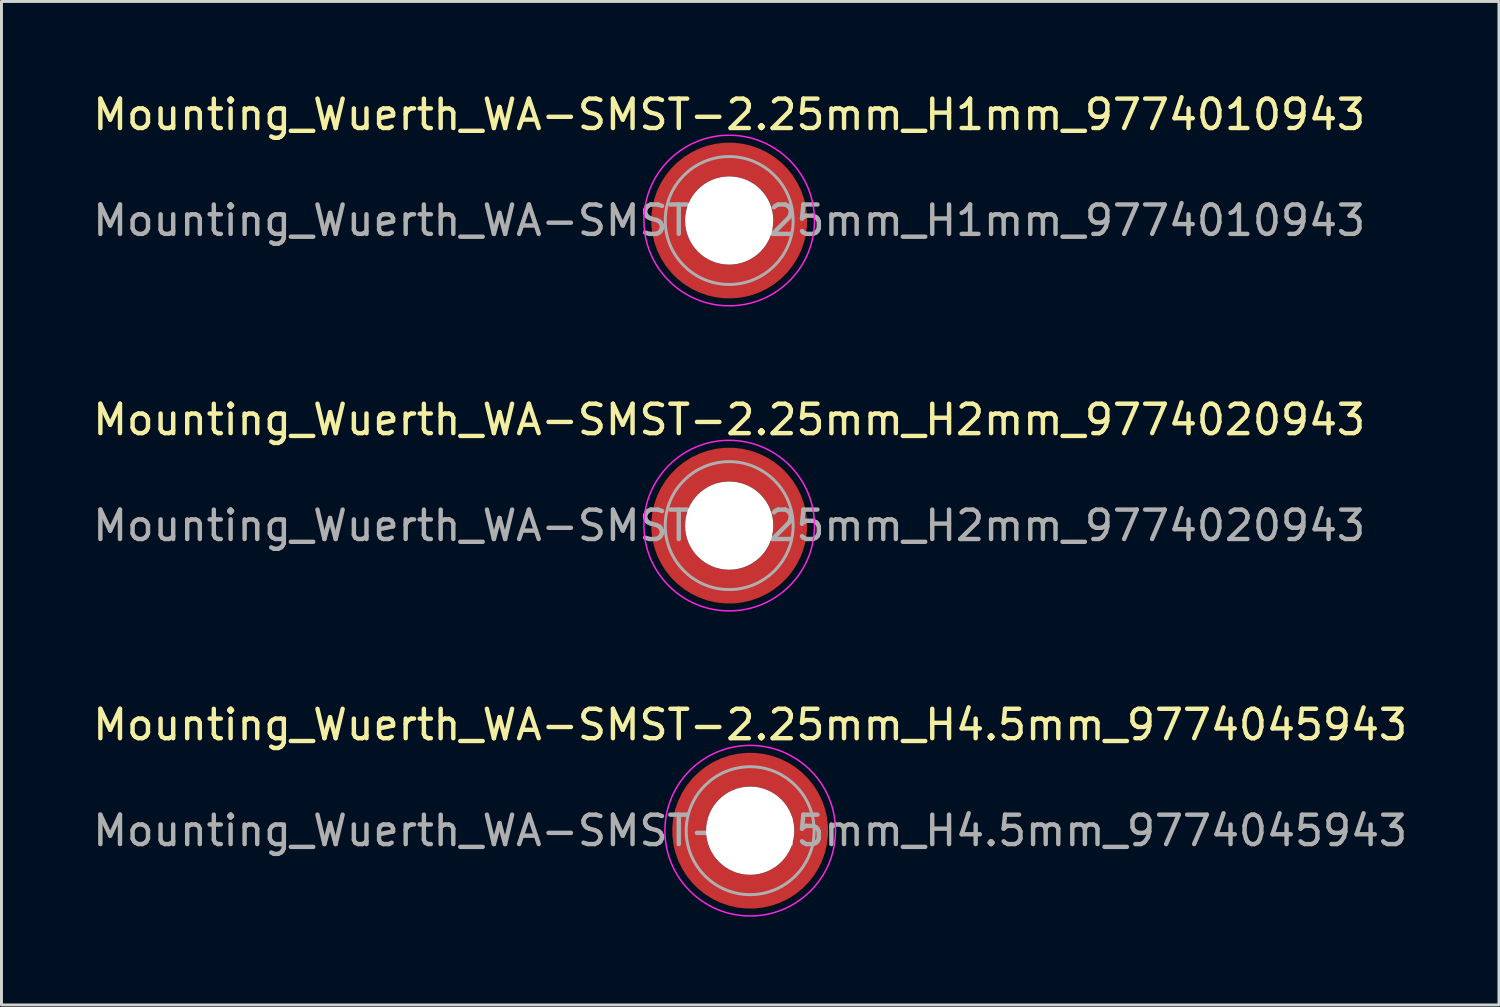
<source format=kicad_pcb>
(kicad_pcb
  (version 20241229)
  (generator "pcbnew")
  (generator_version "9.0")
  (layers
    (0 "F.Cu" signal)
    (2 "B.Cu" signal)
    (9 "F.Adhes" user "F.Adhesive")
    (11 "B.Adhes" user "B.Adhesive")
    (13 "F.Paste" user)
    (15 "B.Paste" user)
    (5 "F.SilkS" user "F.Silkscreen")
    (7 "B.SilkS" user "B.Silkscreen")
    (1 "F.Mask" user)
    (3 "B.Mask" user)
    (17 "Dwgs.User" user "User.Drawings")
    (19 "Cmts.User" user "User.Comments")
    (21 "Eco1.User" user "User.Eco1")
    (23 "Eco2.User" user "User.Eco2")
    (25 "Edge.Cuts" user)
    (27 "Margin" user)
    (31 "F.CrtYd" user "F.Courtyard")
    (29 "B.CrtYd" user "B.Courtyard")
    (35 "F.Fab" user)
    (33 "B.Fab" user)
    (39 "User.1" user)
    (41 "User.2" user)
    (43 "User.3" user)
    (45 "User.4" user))
  (footprint "Mounting_Wuerth_WA-SMST-2.25mm_H2mm_9774020943"
    (layer "F.Cu")
    (at 21.744 14.822)
    (property "Reference" "Mounting_Wuerth_WA-SMST-2.25mm_H2mm_9774020943" (at 0 -3.6 0) (layer "F.SilkS") (effects (font (size 1 1) (thickness 0.15))))
    (property "Mouser Part no." "" (at 0 0 0) (layer "F.Fab") (effects (font (size 1.27 1.27) (thickness 0.15))))
    (property "Mouser link" "" (at 0 0 0) (layer "F.Fab") (effects (font (size 1.27 1.27) (thickness 0.15))))
    (attr smd)
    (fp_circle (center 0 0) (end 2.9 0) (stroke (width 0.05) (type solid)) (fill no) (layer "F.CrtYd"))
    (fp_circle (center 0 0) (end 2.175 0) (stroke (width 0.1) (type solid)) (fill no) (layer "F.Fab"))
    (fp_text user "${REFERENCE}" (at 0 0 0) (layer "F.Fab") (effects (font (size 1 1) (thickness 0.15))))
    (pad "" smd custom (at -1.453 -1.453) (size 0.61 0.61) (layers "F.Paste") (options (anchor circle)) (primitives (gr_arc (start -0.147677 1.053104) (mid 0.285964 0.286792) (end 1.051968 -0.147393) (width 0.2)) (gr_arc (start -0.240295 1.053104) (mid 0.22253 0.222946) (end 1.052531 -0.24016) (width 0.2)) (gr_arc (start -0.332645 1.053104) (mid 0.158548 0.15965) (end 1.051583 -0.332304) (width 0.2)) (gr_arc (start -0.424767 1.053104) (mid 0.09486 0.096059) (end 1.051446 -0.424413) (width 0.2)) (gr_arc (start -0.516693 1.053104) (mid 0.031293 0.032346) (end 1.051645 -0.516396) (width 0.2)) (gr_arc (start -0.608448 1.053104) (mid -0.032323 -0.031316) (end 1.051707 -0.608176) (width 0.2)) (gr_arc (start -0.700056 1.053104) (mid -0.09616 -0.094758) (end 1.051155 -0.699693) (width 0.2)) (gr_arc (start -0.791534 1.053104) (mid -0.160388 -0.15781) (end 1.049515 -0.790891) (width 0.2)) (gr_arc (start -0.882896 1.053104) (mid -0.223713 -0.221764) (end 1.050388 -0.882429) (width 0.2)) (gr_arc (start -0.974157 1.053104) (mid -0.287654 -0.285101) (end 1.049541 -0.973567) (width 0.2)) (gr_line (start 1.053 -0.148) (end 1.053 -0.974) (width 0.2)) (gr_line (start -0.148 1.053) (end -0.974 1.053) (width 0.2))))
    (pad "" smd custom (at -1.453 1.453) (size 0.61 0.61) (layers "F.Paste") (options (anchor circle)) (primitives (gr_arc (start 1.053104 0.147677) (mid 0.286792 -0.285964) (end -0.147393 -1.051968) (width 0.2)) (gr_arc (start 1.053104 0.240295) (mid 0.222946 -0.22253) (end -0.24016 -1.052531) (width 0.2)) (gr_arc (start 1.053104 0.332645) (mid 0.15965 -0.158548) (end -0.332304 -1.051583) (width 0.2)) (gr_arc (start 1.053104 0.424767) (mid 0.096059 -0.09486) (end -0.424413 -1.051446) (width 0.2)) (gr_arc (start 1.053104 0.516693) (mid 0.032346 -0.031293) (end -0.516396 -1.051645) (width 0.2)) (gr_arc (start 1.053104 0.608448) (mid -0.031316 0.032323) (end -0.608176 -1.051707) (width 0.2)) (gr_arc (start 1.053104 0.700056) (mid -0.094758 0.09616) (end -0.699693 -1.051155) (width 0.2)) (gr_arc (start 1.053104 0.791534) (mid -0.15781 0.160388) (end -0.790891 -1.049515) (width 0.2)) (gr_arc (start 1.053104 0.882896) (mid -0.221764 0.223713) (end -0.882429 -1.050388) (width 0.2)) (gr_arc (start 1.053104 0.974157) (mid -0.285101 0.287654) (end -0.973567 -1.049541) (width 0.2)) (gr_line (start -0.148 -1.053) (end -0.974 -1.053) (width 0.2)) (gr_line (start 1.053 0.148) (end 1.053 0.974) (width 0.2))))
    (pad "" np_thru_hole circle (at 0 0) (size 3 3) (drill 3) (layers "*.Cu" "*.Mask"))
    (pad "" smd custom (at 1.453 -1.453) (size 0.61 0.61) (layers "F.Paste") (options (anchor circle)) (primitives (gr_arc (start -1.053104 -0.147677) (mid -0.286792 0.285964) (end 0.147393 1.051968) (width 0.2)) (gr_arc (start -1.053104 -0.240295) (mid -0.222946 0.22253) (end 0.24016 1.052531) (width 0.2)) (gr_arc (start -1.053104 -0.332645) (mid -0.15965 0.158548) (end 0.332304 1.051583) (width 0.2)) (gr_arc (start -1.053104 -0.424767) (mid -0.096059 0.09486) (end 0.424413 1.051446) (width 0.2)) (gr_arc (start -1.053104 -0.516693) (mid -0.032346 0.031293) (end 0.516396 1.051645) (width 0.2)) (gr_arc (start -1.053104 -0.608448) (mid 0.031316 -0.032323) (end 0.608176 1.051707) (width 0.2)) (gr_arc (start -1.053104 -0.700056) (mid 0.094758 -0.09616) (end 0.699693 1.051155) (width 0.2)) (gr_arc (start -1.053104 -0.791534) (mid 0.15781 -0.160388) (end 0.790891 1.049515) (width 0.2)) (gr_arc (start -1.053104 -0.882896) (mid 0.221764 -0.223713) (end 0.882429 1.050388) (width 0.2)) (gr_arc (start -1.053104 -0.974157) (mid 0.285101 -0.287654) (end 0.973567 1.049541) (width 0.2)) (gr_line (start 0.148 1.053) (end 0.974 1.053) (width 0.2)) (gr_line (start -1.053 -0.148) (end -1.053 -0.974) (width 0.2))))
    (pad "" smd custom (at 1.453 1.453) (size 0.61 0.61) (layers "F.Paste") (options (anchor circle)) (primitives (gr_arc (start 0.147677 -1.053104) (mid -0.285964 -0.286792) (end -1.051968 0.147393) (width 0.2)) (gr_arc (start 0.240295 -1.053104) (mid -0.22253 -0.222946) (end -1.052531 0.24016) (width 0.2)) (gr_arc (start 0.332645 -1.053104) (mid -0.158548 -0.15965) (end -1.051583 0.332304) (width 0.2)) (gr_arc (start 0.424767 -1.053104) (mid -0.09486 -0.096059) (end -1.051446 0.424413) (width 0.2)) (gr_arc (start 0.516693 -1.053104) (mid -0.031293 -0.032346) (end -1.051645 0.516396) (width 0.2)) (gr_arc (start 0.608448 -1.053104) (mid 0.032323 0.031316) (end -1.051707 0.608176) (width 0.2)) (gr_arc (start 0.700056 -1.053104) (mid 0.09616 0.094758) (end -1.051155 0.699693) (width 0.2)) (gr_arc (start 0.791534 -1.053104) (mid 0.160388 0.15781) (end -1.049515 0.790891) (width 0.2)) (gr_arc (start 0.882896 -1.053104) (mid 0.223713 0.221764) (end -1.050388 0.882429) (width 0.2)) (gr_arc (start 0.974157 -1.053104) (mid 0.287654 0.285101) (end -1.049541 0.973567) (width 0.2)) (gr_line (start -1.053 0.148) (end -1.053 0.974) (width 0.2)) (gr_line (start 0.148 -1.053) (end 0.974 -1.053) (width 0.2))))
    (pad "1" smd circle (at -2.075 0) (size 0.75 0.75) (layers "F.Cu"))
    (pad "1" smd circle (at 0 -2.075) (size 0.75 0.75) (layers "F.Cu"))
    (pad "1" smd circle (at 0 2.075) (size 0.75 0.75) (layers "F.Cu"))
    (pad "1" smd custom (at 2.075 0) (size 0.75 0.75) (layers "F.Cu" "F.Mask") (options (anchor circle)) (primitives (gr_circle (center -2.075 0) (end 0 0) (width 1.15) (fill no)))))
  (footprint "Mounting_Wuerth_WA-SMST-2.25mm_H1mm_9774010943"
    (layer "F.Cu")
    (at 21.744 4.448)
    (property "Reference" "Mounting_Wuerth_WA-SMST-2.25mm_H1mm_9774010943" (at 0 -3.6 0) (layer "F.SilkS") (effects (font (size 1 1) (thickness 0.15))))
    (property "Mouser Part no." "" (at 0 0 0) (layer "F.Fab") (effects (font (size 1.27 1.27) (thickness 0.15))))
    (property "Mouser link" "" (at 0 0 0) (layer "F.Fab") (effects (font (size 1.27 1.27) (thickness 0.15))))
    (attr smd)
    (fp_circle (center 0 0) (end 2.9 0) (stroke (width 0.05) (type solid)) (fill no) (layer "F.CrtYd"))
    (fp_circle (center 0 0) (end 2.175 0) (stroke (width 0.1) (type solid)) (fill no) (layer "F.Fab"))
    (fp_text user "${REFERENCE}" (at 0 0 0) (layer "F.Fab") (effects (font (size 1 1) (thickness 0.15))))
    (pad "" smd custom (at -1.453 -1.453) (size 0.61 0.61) (layers "F.Paste") (options (anchor circle)) (primitives (gr_arc (start -0.147677 1.053104) (mid 0.285964 0.286792) (end 1.051968 -0.147393) (width 0.2)) (gr_arc (start -0.240295 1.053104) (mid 0.22253 0.222946) (end 1.052531 -0.24016) (width 0.2)) (gr_arc (start -0.332645 1.053104) (mid 0.158548 0.15965) (end 1.051583 -0.332304) (width 0.2)) (gr_arc (start -0.424767 1.053104) (mid 0.09486 0.096059) (end 1.051446 -0.424413) (width 0.2)) (gr_arc (start -0.516693 1.053104) (mid 0.031293 0.032346) (end 1.051645 -0.516396) (width 0.2)) (gr_arc (start -0.608448 1.053104) (mid -0.032323 -0.031316) (end 1.051707 -0.608176) (width 0.2)) (gr_arc (start -0.700056 1.053104) (mid -0.09616 -0.094758) (end 1.051155 -0.699693) (width 0.2)) (gr_arc (start -0.791534 1.053104) (mid -0.160388 -0.15781) (end 1.049515 -0.790891) (width 0.2)) (gr_arc (start -0.882896 1.053104) (mid -0.223713 -0.221764) (end 1.050388 -0.882429) (width 0.2)) (gr_arc (start -0.974157 1.053104) (mid -0.287654 -0.285101) (end 1.049541 -0.973567) (width 0.2)) (gr_line (start 1.053 -0.148) (end 1.053 -0.974) (width 0.2)) (gr_line (start -0.148 1.053) (end -0.974 1.053) (width 0.2))))
    (pad "" smd custom (at -1.453 1.453) (size 0.61 0.61) (layers "F.Paste") (options (anchor circle)) (primitives (gr_arc (start 1.053104 0.147677) (mid 0.286792 -0.285964) (end -0.147393 -1.051968) (width 0.2)) (gr_arc (start 1.053104 0.240295) (mid 0.222946 -0.22253) (end -0.24016 -1.052531) (width 0.2)) (gr_arc (start 1.053104 0.332645) (mid 0.15965 -0.158548) (end -0.332304 -1.051583) (width 0.2)) (gr_arc (start 1.053104 0.424767) (mid 0.096059 -0.09486) (end -0.424413 -1.051446) (width 0.2)) (gr_arc (start 1.053104 0.516693) (mid 0.032346 -0.031293) (end -0.516396 -1.051645) (width 0.2)) (gr_arc (start 1.053104 0.608448) (mid -0.031316 0.032323) (end -0.608176 -1.051707) (width 0.2)) (gr_arc (start 1.053104 0.700056) (mid -0.094758 0.09616) (end -0.699693 -1.051155) (width 0.2)) (gr_arc (start 1.053104 0.791534) (mid -0.15781 0.160388) (end -0.790891 -1.049515) (width 0.2)) (gr_arc (start 1.053104 0.882896) (mid -0.221764 0.223713) (end -0.882429 -1.050388) (width 0.2)) (gr_arc (start 1.053104 0.974157) (mid -0.285101 0.287654) (end -0.973567 -1.049541) (width 0.2)) (gr_line (start -0.148 -1.053) (end -0.974 -1.053) (width 0.2)) (gr_line (start 1.053 0.148) (end 1.053 0.974) (width 0.2))))
    (pad "" np_thru_hole circle (at 0 0) (size 3 3) (drill 3) (layers "*.Cu" "*.Mask"))
    (pad "" smd custom (at 1.453 -1.453) (size 0.61 0.61) (layers "F.Paste") (options (anchor circle)) (primitives (gr_arc (start -1.053104 -0.147677) (mid -0.286792 0.285964) (end 0.147393 1.051968) (width 0.2)) (gr_arc (start -1.053104 -0.240295) (mid -0.222946 0.22253) (end 0.24016 1.052531) (width 0.2)) (gr_arc (start -1.053104 -0.332645) (mid -0.15965 0.158548) (end 0.332304 1.051583) (width 0.2)) (gr_arc (start -1.053104 -0.424767) (mid -0.096059 0.09486) (end 0.424413 1.051446) (width 0.2)) (gr_arc (start -1.053104 -0.516693) (mid -0.032346 0.031293) (end 0.516396 1.051645) (width 0.2)) (gr_arc (start -1.053104 -0.608448) (mid 0.031316 -0.032323) (end 0.608176 1.051707) (width 0.2)) (gr_arc (start -1.053104 -0.700056) (mid 0.094758 -0.09616) (end 0.699693 1.051155) (width 0.2)) (gr_arc (start -1.053104 -0.791534) (mid 0.15781 -0.160388) (end 0.790891 1.049515) (width 0.2)) (gr_arc (start -1.053104 -0.882896) (mid 0.221764 -0.223713) (end 0.882429 1.050388) (width 0.2)) (gr_arc (start -1.053104 -0.974157) (mid 0.285101 -0.287654) (end 0.973567 1.049541) (width 0.2)) (gr_line (start 0.148 1.053) (end 0.974 1.053) (width 0.2)) (gr_line (start -1.053 -0.148) (end -1.053 -0.974) (width 0.2))))
    (pad "" smd custom (at 1.453 1.453) (size 0.61 0.61) (layers "F.Paste") (options (anchor circle)) (primitives (gr_arc (start 0.147677 -1.053104) (mid -0.285964 -0.286792) (end -1.051968 0.147393) (width 0.2)) (gr_arc (start 0.240295 -1.053104) (mid -0.22253 -0.222946) (end -1.052531 0.24016) (width 0.2)) (gr_arc (start 0.332645 -1.053104) (mid -0.158548 -0.15965) (end -1.051583 0.332304) (width 0.2)) (gr_arc (start 0.424767 -1.053104) (mid -0.09486 -0.096059) (end -1.051446 0.424413) (width 0.2)) (gr_arc (start 0.516693 -1.053104) (mid -0.031293 -0.032346) (end -1.051645 0.516396) (width 0.2)) (gr_arc (start 0.608448 -1.053104) (mid 0.032323 0.031316) (end -1.051707 0.608176) (width 0.2)) (gr_arc (start 0.700056 -1.053104) (mid 0.09616 0.094758) (end -1.051155 0.699693) (width 0.2)) (gr_arc (start 0.791534 -1.053104) (mid 0.160388 0.15781) (end -1.049515 0.790891) (width 0.2)) (gr_arc (start 0.882896 -1.053104) (mid 0.223713 0.221764) (end -1.050388 0.882429) (width 0.2)) (gr_arc (start 0.974157 -1.053104) (mid 0.287654 0.285101) (end -1.049541 0.973567) (width 0.2)) (gr_line (start -1.053 0.148) (end -1.053 0.974) (width 0.2)) (gr_line (start 0.148 -1.053) (end 0.974 -1.053) (width 0.2))))
    (pad "1" smd circle (at -2.075 0) (size 0.75 0.75) (layers "F.Cu"))
    (pad "1" smd circle (at 0 -2.075) (size 0.75 0.75) (layers "F.Cu"))
    (pad "1" smd circle (at 0 2.075) (size 0.75 0.75) (layers "F.Cu"))
    (pad "1" smd custom (at 2.075 0) (size 0.75 0.75) (layers "F.Cu" "F.Mask") (options (anchor circle)) (primitives (gr_circle (center -2.075 0) (end 0 0) (width 1.15) (fill no)))))
  (footprint "Mounting_Wuerth_WA-SMST-2.25mm_H4.5mm_9774045943"
    (layer "F.Cu")
    (at 22.458 25.195)
    (property "Reference" "Mounting_Wuerth_WA-SMST-2.25mm_H4.5mm_9774045943" (at 0 -3.6 0) (layer "F.SilkS") (effects (font (size 1 1) (thickness 0.15))))
    (property "Mouser Part no." "" (at 0 0 0) (layer "F.Fab") (effects (font (size 1.27 1.27) (thickness 0.15))))
    (property "Mouser link" "" (at 0 0 0) (layer "F.Fab") (effects (font (size 1.27 1.27) (thickness 0.15))))
    (attr smd)
    (fp_circle (center 0 0) (end 2.9 0) (stroke (width 0.05) (type solid)) (fill no) (layer "F.CrtYd"))
    (fp_circle (center 0 0) (end 2.175 0) (stroke (width 0.1) (type solid)) (fill no) (layer "F.Fab"))
    (fp_text user "${REFERENCE}" (at 0 0 0) (layer "F.Fab") (effects (font (size 1 1) (thickness 0.15))))
    (pad "" smd custom (at -1.453 -1.453) (size 0.61 0.61) (layers "F.Paste") (options (anchor circle)) (primitives (gr_arc (start -0.147677 1.053104) (mid 0.285964 0.286792) (end 1.051968 -0.147393) (width 0.2)) (gr_arc (start -0.240295 1.053104) (mid 0.22253 0.222946) (end 1.052531 -0.24016) (width 0.2)) (gr_arc (start -0.332645 1.053104) (mid 0.158548 0.15965) (end 1.051583 -0.332304) (width 0.2)) (gr_arc (start -0.424767 1.053104) (mid 0.09486 0.096059) (end 1.051446 -0.424413) (width 0.2)) (gr_arc (start -0.516693 1.053104) (mid 0.031293 0.032346) (end 1.051645 -0.516396) (width 0.2)) (gr_arc (start -0.608448 1.053104) (mid -0.032323 -0.031316) (end 1.051707 -0.608176) (width 0.2)) (gr_arc (start -0.700056 1.053104) (mid -0.09616 -0.094758) (end 1.051155 -0.699693) (width 0.2)) (gr_arc (start -0.791534 1.053104) (mid -0.160388 -0.15781) (end 1.049515 -0.790891) (width 0.2)) (gr_arc (start -0.882896 1.053104) (mid -0.223713 -0.221764) (end 1.050388 -0.882429) (width 0.2)) (gr_arc (start -0.974157 1.053104) (mid -0.287654 -0.285101) (end 1.049541 -0.973567) (width 0.2)) (gr_line (start 1.053 -0.148) (end 1.053 -0.974) (width 0.2)) (gr_line (start -0.148 1.053) (end -0.974 1.053) (width 0.2))))
    (pad "" smd custom (at -1.453 1.453) (size 0.61 0.61) (layers "F.Paste") (options (anchor circle)) (primitives (gr_arc (start 1.053104 0.147677) (mid 0.286792 -0.285964) (end -0.147393 -1.051968) (width 0.2)) (gr_arc (start 1.053104 0.240295) (mid 0.222946 -0.22253) (end -0.24016 -1.052531) (width 0.2)) (gr_arc (start 1.053104 0.332645) (mid 0.15965 -0.158548) (end -0.332304 -1.051583) (width 0.2)) (gr_arc (start 1.053104 0.424767) (mid 0.096059 -0.09486) (end -0.424413 -1.051446) (width 0.2)) (gr_arc (start 1.053104 0.516693) (mid 0.032346 -0.031293) (end -0.516396 -1.051645) (width 0.2)) (gr_arc (start 1.053104 0.608448) (mid -0.031316 0.032323) (end -0.608176 -1.051707) (width 0.2)) (gr_arc (start 1.053104 0.700056) (mid -0.094758 0.09616) (end -0.699693 -1.051155) (width 0.2)) (gr_arc (start 1.053104 0.791534) (mid -0.15781 0.160388) (end -0.790891 -1.049515) (width 0.2)) (gr_arc (start 1.053104 0.882896) (mid -0.221764 0.223713) (end -0.882429 -1.050388) (width 0.2)) (gr_arc (start 1.053104 0.974157) (mid -0.285101 0.287654) (end -0.973567 -1.049541) (width 0.2)) (gr_line (start -0.148 -1.053) (end -0.974 -1.053) (width 0.2)) (gr_line (start 1.053 0.148) (end 1.053 0.974) (width 0.2))))
    (pad "" np_thru_hole circle (at 0 0) (size 3 3) (drill 3) (layers "*.Cu" "*.Mask"))
    (pad "" smd custom (at 1.453 -1.453) (size 0.61 0.61) (layers "F.Paste") (options (anchor circle)) (primitives (gr_arc (start -1.053104 -0.147677) (mid -0.286792 0.285964) (end 0.147393 1.051968) (width 0.2)) (gr_arc (start -1.053104 -0.240295) (mid -0.222946 0.22253) (end 0.24016 1.052531) (width 0.2)) (gr_arc (start -1.053104 -0.332645) (mid -0.15965 0.158548) (end 0.332304 1.051583) (width 0.2)) (gr_arc (start -1.053104 -0.424767) (mid -0.096059 0.09486) (end 0.424413 1.051446) (width 0.2)) (gr_arc (start -1.053104 -0.516693) (mid -0.032346 0.031293) (end 0.516396 1.051645) (width 0.2)) (gr_arc (start -1.053104 -0.608448) (mid 0.031316 -0.032323) (end 0.608176 1.051707) (width 0.2)) (gr_arc (start -1.053104 -0.700056) (mid 0.094758 -0.09616) (end 0.699693 1.051155) (width 0.2)) (gr_arc (start -1.053104 -0.791534) (mid 0.15781 -0.160388) (end 0.790891 1.049515) (width 0.2)) (gr_arc (start -1.053104 -0.882896) (mid 0.221764 -0.223713) (end 0.882429 1.050388) (width 0.2)) (gr_arc (start -1.053104 -0.974157) (mid 0.285101 -0.287654) (end 0.973567 1.049541) (width 0.2)) (gr_line (start 0.148 1.053) (end 0.974 1.053) (width 0.2)) (gr_line (start -1.053 -0.148) (end -1.053 -0.974) (width 0.2))))
    (pad "" smd custom (at 1.453 1.453) (size 0.61 0.61) (layers "F.Paste") (options (anchor circle)) (primitives (gr_arc (start 0.147677 -1.053104) (mid -0.285964 -0.286792) (end -1.051968 0.147393) (width 0.2)) (gr_arc (start 0.240295 -1.053104) (mid -0.22253 -0.222946) (end -1.052531 0.24016) (width 0.2)) (gr_arc (start 0.332645 -1.053104) (mid -0.158548 -0.15965) (end -1.051583 0.332304) (width 0.2)) (gr_arc (start 0.424767 -1.053104) (mid -0.09486 -0.096059) (end -1.051446 0.424413) (width 0.2)) (gr_arc (start 0.516693 -1.053104) (mid -0.031293 -0.032346) (end -1.051645 0.516396) (width 0.2)) (gr_arc (start 0.608448 -1.053104) (mid 0.032323 0.031316) (end -1.051707 0.608176) (width 0.2)) (gr_arc (start 0.700056 -1.053104) (mid 0.09616 0.094758) (end -1.051155 0.699693) (width 0.2)) (gr_arc (start 0.791534 -1.053104) (mid 0.160388 0.15781) (end -1.049515 0.790891) (width 0.2)) (gr_arc (start 0.882896 -1.053104) (mid 0.223713 0.221764) (end -1.050388 0.882429) (width 0.2)) (gr_arc (start 0.974157 -1.053104) (mid 0.287654 0.285101) (end -1.049541 0.973567) (width 0.2)) (gr_line (start -1.053 0.148) (end -1.053 0.974) (width 0.2)) (gr_line (start 0.148 -1.053) (end 0.974 -1.053) (width 0.2))))
    (pad "1" smd circle (at -2.075 0) (size 0.75 0.75) (layers "F.Cu"))
    (pad "1" smd circle (at 0 -2.075) (size 0.75 0.75) (layers "F.Cu"))
    (pad "1" smd circle (at 0 2.075) (size 0.75 0.75) (layers "F.Cu"))
    (pad "1" smd custom (at 2.075 0) (size 0.75 0.75) (layers "F.Cu" "F.Mask") (options (anchor circle)) (primitives (gr_circle (center -2.075 0) (end 0 0) (width 1.15) (fill no)))))
  (gr_rect
    (start -3 -3)
    (end 47.917 31.12)
    (stroke (width 0.1) (type default))
    (fill no)
    (layer "Edge.Cuts")))
</source>
